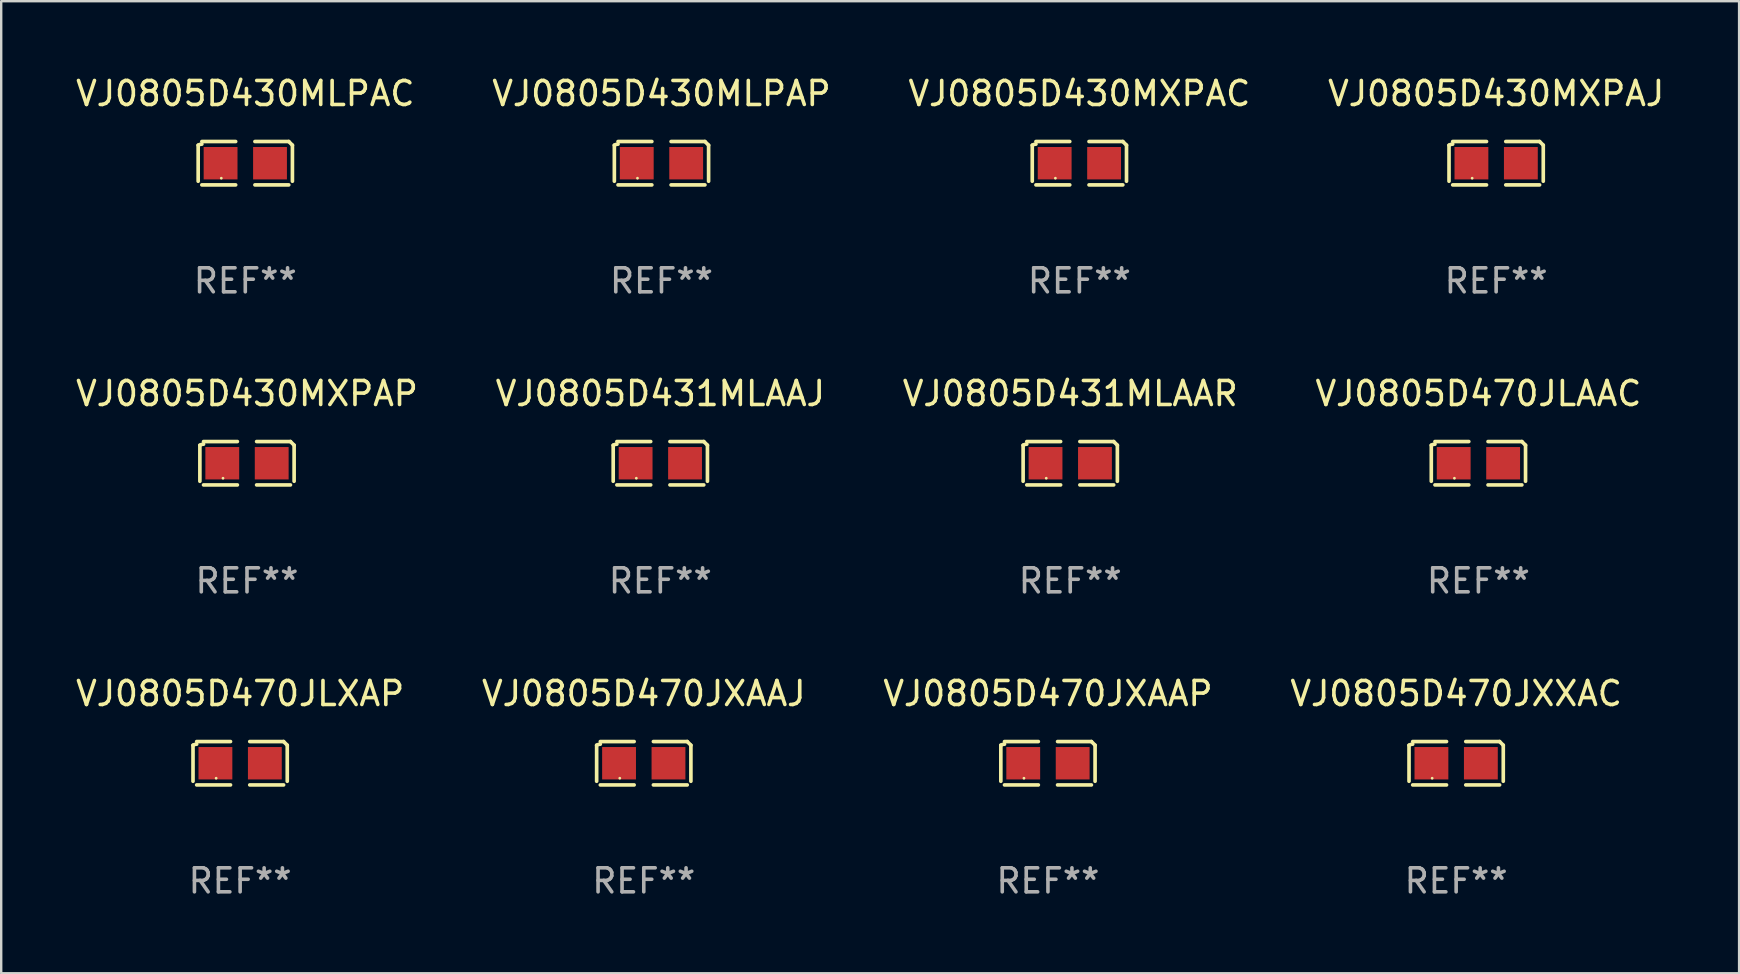
<source format=kicad_pcb>
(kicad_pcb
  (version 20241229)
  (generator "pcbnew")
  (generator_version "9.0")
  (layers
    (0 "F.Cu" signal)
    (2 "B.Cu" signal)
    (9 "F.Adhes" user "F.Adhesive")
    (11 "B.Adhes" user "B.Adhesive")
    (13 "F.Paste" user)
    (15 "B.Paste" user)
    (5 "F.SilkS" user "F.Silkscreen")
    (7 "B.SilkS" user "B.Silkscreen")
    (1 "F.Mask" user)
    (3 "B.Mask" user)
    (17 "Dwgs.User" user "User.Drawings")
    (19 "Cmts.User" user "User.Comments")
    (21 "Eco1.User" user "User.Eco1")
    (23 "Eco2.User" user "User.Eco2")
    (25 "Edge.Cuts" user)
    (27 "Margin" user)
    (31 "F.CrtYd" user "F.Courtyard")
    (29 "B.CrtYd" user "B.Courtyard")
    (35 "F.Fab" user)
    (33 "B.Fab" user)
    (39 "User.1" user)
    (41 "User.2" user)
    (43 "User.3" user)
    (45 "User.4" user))
  (footprint "VJ0805D430MXPAJ"
    (layer "F.Cu")
    (at 59.304 3.752)
    (property "Reference" "VJ0805D430MXPAJ" (at 0 -2.904 0) (layer "F.SilkS") (effects (font (size 1 1) (thickness 0.15))))
    (attr through_hole)
    (fp_line (start -1.964 0.751) (end -1.964 -0.751) (stroke (width 0.152) (type solid)) (layer "F.SilkS"))
    (fp_line (start -1.811 -0.904) (end -0.401 -0.904) (stroke (width 0.152) (type solid)) (layer "F.SilkS"))
    (fp_line (start -0.401 0.904) (end -1.811 0.904) (stroke (width 0.152) (type solid)) (layer "F.SilkS"))
    (fp_line (start 0.401 0.904) (end 1.811 0.904) (stroke (width 0.152) (type solid)) (layer "F.SilkS"))
    (fp_line (start 1.811 -0.904) (end 0.401 -0.904) (stroke (width 0.152) (type solid)) (layer "F.SilkS"))
    (fp_line (start 1.964 0.751) (end 1.964 -0.751) (stroke (width 0.152) (type solid)) (layer "F.SilkS"))
    (fp_arc (start -1.963602 -0.751207) (mid -1.890354 -0.783131) (end -1.811201 -0.794044) (stroke (width 0.1524) (type solid)) (layer "F.SilkS"))
    (fp_arc (start 1.811202 -0.903607) (mid 1.887413 -0.827418) (end 1.963602 -0.751207) (stroke (width 0.1524) (type solid)) (layer "F.SilkS"))
    (fp_circle (center -1 0.625) (end -0.97 0.625) (stroke (width 0.06) (type solid)) (fill no) (layer "F.SilkS"))
    (fp_text user "REF**" (at 0 4.904 0) (layer "F.Fab") (effects (font (size 1 1) (thickness 0.15))))
    (pad "1" smd rect (at -1.03 0) (size 1.41 1.35) (layers "F.Cu" "F.Mask" "F.Paste"))
    (pad "2" smd rect (at 1.03 0) (size 1.41 1.35) (layers "F.Cu" "F.Mask" "F.Paste")))
  (footprint "VJ0805D470JLXAP"
    (layer "F.Cu")
    (at 6.958 28.759)
    (property "Reference" "VJ0805D470JLXAP" (at 0 -2.904 0) (layer "F.SilkS") (effects (font (size 1 1) (thickness 0.15))))
    (attr through_hole)
    (fp_line (start -1.964 0.751) (end -1.964 -0.751) (stroke (width 0.152) (type solid)) (layer "F.SilkS"))
    (fp_line (start -1.811 -0.904) (end -0.401 -0.904) (stroke (width 0.152) (type solid)) (layer "F.SilkS"))
    (fp_line (start -0.401 0.904) (end -1.811 0.904) (stroke (width 0.152) (type solid)) (layer "F.SilkS"))
    (fp_line (start 0.401 0.904) (end 1.811 0.904) (stroke (width 0.152) (type solid)) (layer "F.SilkS"))
    (fp_line (start 1.811 -0.904) (end 0.401 -0.904) (stroke (width 0.152) (type solid)) (layer "F.SilkS"))
    (fp_line (start 1.964 0.751) (end 1.964 -0.751) (stroke (width 0.152) (type solid)) (layer "F.SilkS"))
    (fp_arc (start -1.963602 -0.751207) (mid -1.890354 -0.783131) (end -1.811201 -0.794044) (stroke (width 0.1524) (type solid)) (layer "F.SilkS"))
    (fp_arc (start 1.811202 -0.903607) (mid 1.887413 -0.827418) (end 1.963602 -0.751207) (stroke (width 0.1524) (type solid)) (layer "F.SilkS"))
    (fp_circle (center -1 0.625) (end -0.97 0.625) (stroke (width 0.06) (type solid)) (fill no) (layer "F.SilkS"))
    (fp_text user "REF**" (at 0 4.904 0) (layer "F.Fab") (effects (font (size 1 1) (thickness 0.15))))
    (pad "1" smd rect (at -1.03 0) (size 1.41 1.35) (layers "F.Cu" "F.Mask" "F.Paste"))
    (pad "2" smd rect (at 1.03 0) (size 1.41 1.35) (layers "F.Cu" "F.Mask" "F.Paste")))
  (footprint "VJ0805D430MLPAP"
    (layer "F.Cu")
    (at 24.518 3.752)
    (property "Reference" "VJ0805D430MLPAP" (at 0 -2.904 0) (layer "F.SilkS") (effects (font (size 1 1) (thickness 0.15))))
    (attr through_hole)
    (fp_line (start -1.964 0.751) (end -1.964 -0.751) (stroke (width 0.152) (type solid)) (layer "F.SilkS"))
    (fp_line (start -1.811 -0.904) (end -0.401 -0.904) (stroke (width 0.152) (type solid)) (layer "F.SilkS"))
    (fp_line (start -0.401 0.904) (end -1.811 0.904) (stroke (width 0.152) (type solid)) (layer "F.SilkS"))
    (fp_line (start 0.401 0.904) (end 1.811 0.904) (stroke (width 0.152) (type solid)) (layer "F.SilkS"))
    (fp_line (start 1.811 -0.904) (end 0.401 -0.904) (stroke (width 0.152) (type solid)) (layer "F.SilkS"))
    (fp_line (start 1.964 0.751) (end 1.964 -0.751) (stroke (width 0.152) (type solid)) (layer "F.SilkS"))
    (fp_arc (start -1.963602 -0.751207) (mid -1.890354 -0.783131) (end -1.811201 -0.794044) (stroke (width 0.1524) (type solid)) (layer "F.SilkS"))
    (fp_arc (start 1.811202 -0.903607) (mid 1.887413 -0.827418) (end 1.963602 -0.751207) (stroke (width 0.1524) (type solid)) (layer "F.SilkS"))
    (fp_circle (center -1 0.625) (end -0.97 0.625) (stroke (width 0.06) (type solid)) (fill no) (layer "F.SilkS"))
    (fp_text user "REF**" (at 0 4.904 0) (layer "F.Fab") (effects (font (size 1 1) (thickness 0.15))))
    (pad "1" smd rect (at -1.03 0) (size 1.41 1.35) (layers "F.Cu" "F.Mask" "F.Paste"))
    (pad "2" smd rect (at 1.03 0) (size 1.41 1.35) (layers "F.Cu" "F.Mask" "F.Paste")))
  (footprint "VJ0805D470JXXAC"
    (layer "F.Cu")
    (at 57.637 28.759)
    (property "Reference" "VJ0805D470JXXAC" (at 0 -2.904 0) (layer "F.SilkS") (effects (font (size 1 1) (thickness 0.15))))
    (attr through_hole)
    (fp_line (start -1.964 0.751) (end -1.964 -0.751) (stroke (width 0.152) (type solid)) (layer "F.SilkS"))
    (fp_line (start -1.811 -0.904) (end -0.401 -0.904) (stroke (width 0.152) (type solid)) (layer "F.SilkS"))
    (fp_line (start -0.401 0.904) (end -1.811 0.904) (stroke (width 0.152) (type solid)) (layer "F.SilkS"))
    (fp_line (start 0.401 0.904) (end 1.811 0.904) (stroke (width 0.152) (type solid)) (layer "F.SilkS"))
    (fp_line (start 1.811 -0.904) (end 0.401 -0.904) (stroke (width 0.152) (type solid)) (layer "F.SilkS"))
    (fp_line (start 1.964 0.751) (end 1.964 -0.751) (stroke (width 0.152) (type solid)) (layer "F.SilkS"))
    (fp_arc (start -1.963602 -0.751207) (mid -1.890354 -0.783131) (end -1.811201 -0.794044) (stroke (width 0.1524) (type solid)) (layer "F.SilkS"))
    (fp_arc (start 1.811202 -0.903607) (mid 1.887413 -0.827418) (end 1.963602 -0.751207) (stroke (width 0.1524) (type solid)) (layer "F.SilkS"))
    (fp_circle (center -1 0.625) (end -0.97 0.625) (stroke (width 0.06) (type solid)) (fill no) (layer "F.SilkS"))
    (fp_text user "REF**" (at 0 4.904 0) (layer "F.Fab") (effects (font (size 1 1) (thickness 0.15))))
    (pad "1" smd rect (at -1.03 0) (size 1.41 1.35) (layers "F.Cu" "F.Mask" "F.Paste"))
    (pad "2" smd rect (at 1.03 0) (size 1.41 1.35) (layers "F.Cu" "F.Mask" "F.Paste")))
  (footprint "VJ0805D430MXPAP"
    (layer "F.Cu")
    (at 7.244 16.256)
    (property "Reference" "VJ0805D430MXPAP" (at 0 -2.904 0) (layer "F.SilkS") (effects (font (size 1 1) (thickness 0.15))))
    (attr through_hole)
    (fp_line (start -1.964 0.751) (end -1.964 -0.751) (stroke (width 0.152) (type solid)) (layer "F.SilkS"))
    (fp_line (start -1.811 -0.904) (end -0.401 -0.904) (stroke (width 0.152) (type solid)) (layer "F.SilkS"))
    (fp_line (start -0.401 0.904) (end -1.811 0.904) (stroke (width 0.152) (type solid)) (layer "F.SilkS"))
    (fp_line (start 0.401 0.904) (end 1.811 0.904) (stroke (width 0.152) (type solid)) (layer "F.SilkS"))
    (fp_line (start 1.811 -0.904) (end 0.401 -0.904) (stroke (width 0.152) (type solid)) (layer "F.SilkS"))
    (fp_line (start 1.964 0.751) (end 1.964 -0.751) (stroke (width 0.152) (type solid)) (layer "F.SilkS"))
    (fp_arc (start -1.963602 -0.751207) (mid -1.890354 -0.783131) (end -1.811201 -0.794044) (stroke (width 0.1524) (type solid)) (layer "F.SilkS"))
    (fp_arc (start 1.811202 -0.903607) (mid 1.887413 -0.827418) (end 1.963602 -0.751207) (stroke (width 0.1524) (type solid)) (layer "F.SilkS"))
    (fp_circle (center -1 0.625) (end -0.97 0.625) (stroke (width 0.06) (type solid)) (fill no) (layer "F.SilkS"))
    (fp_text user "REF**" (at 0 4.904 0) (layer "F.Fab") (effects (font (size 1 1) (thickness 0.15))))
    (pad "1" smd rect (at -1.03 0) (size 1.41 1.35) (layers "F.Cu" "F.Mask" "F.Paste"))
    (pad "2" smd rect (at 1.03 0) (size 1.41 1.35) (layers "F.Cu" "F.Mask" "F.Paste")))
  (footprint "VJ0805D430MLPAC"
    (layer "F.Cu")
    (at 7.173 3.752)
    (property "Reference" "VJ0805D430MLPAC" (at 0 -2.904 0) (layer "F.SilkS") (effects (font (size 1 1) (thickness 0.15))))
    (attr through_hole)
    (fp_line (start -1.964 0.751) (end -1.964 -0.751) (stroke (width 0.152) (type solid)) (layer "F.SilkS"))
    (fp_line (start -1.811 -0.904) (end -0.401 -0.904) (stroke (width 0.152) (type solid)) (layer "F.SilkS"))
    (fp_line (start -0.401 0.904) (end -1.811 0.904) (stroke (width 0.152) (type solid)) (layer "F.SilkS"))
    (fp_line (start 0.401 0.904) (end 1.811 0.904) (stroke (width 0.152) (type solid)) (layer "F.SilkS"))
    (fp_line (start 1.811 -0.904) (end 0.401 -0.904) (stroke (width 0.152) (type solid)) (layer "F.SilkS"))
    (fp_line (start 1.964 0.751) (end 1.964 -0.751) (stroke (width 0.152) (type solid)) (layer "F.SilkS"))
    (fp_arc (start -1.963602 -0.751207) (mid -1.890354 -0.783131) (end -1.811201 -0.794044) (stroke (width 0.1524) (type solid)) (layer "F.SilkS"))
    (fp_arc (start 1.811202 -0.903607) (mid 1.887413 -0.827418) (end 1.963602 -0.751207) (stroke (width 0.1524) (type solid)) (layer "F.SilkS"))
    (fp_circle (center -1 0.625) (end -0.97 0.625) (stroke (width 0.06) (type solid)) (fill no) (layer "F.SilkS"))
    (fp_text user "REF**" (at 0 4.904 0) (layer "F.Fab") (effects (font (size 1 1) (thickness 0.15))))
    (pad "1" smd rect (at -1.03 0) (size 1.41 1.35) (layers "F.Cu" "F.Mask" "F.Paste"))
    (pad "2" smd rect (at 1.03 0) (size 1.41 1.35) (layers "F.Cu" "F.Mask" "F.Paste")))
  (footprint "VJ0805D431MLAAJ"
    (layer "F.Cu")
    (at 24.47 16.256)
    (property "Reference" "VJ0805D431MLAAJ" (at 0 -2.904 0) (layer "F.SilkS") (effects (font (size 1 1) (thickness 0.15))))
    (attr through_hole)
    (fp_line (start -1.964 0.751) (end -1.964 -0.751) (stroke (width 0.152) (type solid)) (layer "F.SilkS"))
    (fp_line (start -1.811 -0.904) (end -0.401 -0.904) (stroke (width 0.152) (type solid)) (layer "F.SilkS"))
    (fp_line (start -0.401 0.904) (end -1.811 0.904) (stroke (width 0.152) (type solid)) (layer "F.SilkS"))
    (fp_line (start 0.401 0.904) (end 1.811 0.904) (stroke (width 0.152) (type solid)) (layer "F.SilkS"))
    (fp_line (start 1.811 -0.904) (end 0.401 -0.904) (stroke (width 0.152) (type solid)) (layer "F.SilkS"))
    (fp_line (start 1.964 0.751) (end 1.964 -0.751) (stroke (width 0.152) (type solid)) (layer "F.SilkS"))
    (fp_arc (start -1.963602 -0.751207) (mid -1.890354 -0.783131) (end -1.811201 -0.794044) (stroke (width 0.1524) (type solid)) (layer "F.SilkS"))
    (fp_arc (start 1.811202 -0.903607) (mid 1.887413 -0.827418) (end 1.963602 -0.751207) (stroke (width 0.1524) (type solid)) (layer "F.SilkS"))
    (fp_circle (center -1 0.625) (end -0.97 0.625) (stroke (width 0.06) (type solid)) (fill no) (layer "F.SilkS"))
    (fp_text user "REF**" (at 0 4.904 0) (layer "F.Fab") (effects (font (size 1 1) (thickness 0.15))))
    (pad "1" smd rect (at -1.03 0) (size 1.41 1.35) (layers "F.Cu" "F.Mask" "F.Paste"))
    (pad "2" smd rect (at 1.03 0) (size 1.41 1.35) (layers "F.Cu" "F.Mask" "F.Paste")))
  (footprint "VJ0805D430MXPAC"
    (layer "F.Cu")
    (at 41.935 3.752)
    (property "Reference" "VJ0805D430MXPAC" (at 0 -2.904 0) (layer "F.SilkS") (effects (font (size 1 1) (thickness 0.15))))
    (attr through_hole)
    (fp_line (start -1.964 0.751) (end -1.964 -0.751) (stroke (width 0.152) (type solid)) (layer "F.SilkS"))
    (fp_line (start -1.811 -0.904) (end -0.401 -0.904) (stroke (width 0.152) (type solid)) (layer "F.SilkS"))
    (fp_line (start -0.401 0.904) (end -1.811 0.904) (stroke (width 0.152) (type solid)) (layer "F.SilkS"))
    (fp_line (start 0.401 0.904) (end 1.811 0.904) (stroke (width 0.152) (type solid)) (layer "F.SilkS"))
    (fp_line (start 1.811 -0.904) (end 0.401 -0.904) (stroke (width 0.152) (type solid)) (layer "F.SilkS"))
    (fp_line (start 1.964 0.751) (end 1.964 -0.751) (stroke (width 0.152) (type solid)) (layer "F.SilkS"))
    (fp_arc (start -1.963602 -0.751207) (mid -1.890354 -0.783131) (end -1.811201 -0.794044) (stroke (width 0.1524) (type solid)) (layer "F.SilkS"))
    (fp_arc (start 1.811202 -0.903607) (mid 1.887413 -0.827418) (end 1.963602 -0.751207) (stroke (width 0.1524) (type solid)) (layer "F.SilkS"))
    (fp_circle (center -1 0.625) (end -0.97 0.625) (stroke (width 0.06) (type solid)) (fill no) (layer "F.SilkS"))
    (fp_text user "REF**" (at 0 4.904 0) (layer "F.Fab") (effects (font (size 1 1) (thickness 0.15))))
    (pad "1" smd rect (at -1.03 0) (size 1.41 1.35) (layers "F.Cu" "F.Mask" "F.Paste"))
    (pad "2" smd rect (at 1.03 0) (size 1.41 1.35) (layers "F.Cu" "F.Mask" "F.Paste")))
  (footprint "VJ0805D470JXAAP"
    (layer "F.Cu")
    (at 40.625 28.759)
    (property "Reference" "VJ0805D470JXAAP" (at 0 -2.904 0) (layer "F.SilkS") (effects (font (size 1 1) (thickness 0.15))))
    (attr through_hole)
    (fp_line (start -1.964 0.751) (end -1.964 -0.751) (stroke (width 0.152) (type solid)) (layer "F.SilkS"))
    (fp_line (start -1.811 -0.904) (end -0.401 -0.904) (stroke (width 0.152) (type solid)) (layer "F.SilkS"))
    (fp_line (start -0.401 0.904) (end -1.811 0.904) (stroke (width 0.152) (type solid)) (layer "F.SilkS"))
    (fp_line (start 0.401 0.904) (end 1.811 0.904) (stroke (width 0.152) (type solid)) (layer "F.SilkS"))
    (fp_line (start 1.811 -0.904) (end 0.401 -0.904) (stroke (width 0.152) (type solid)) (layer "F.SilkS"))
    (fp_line (start 1.964 0.751) (end 1.964 -0.751) (stroke (width 0.152) (type solid)) (layer "F.SilkS"))
    (fp_arc (start -1.963602 -0.751207) (mid -1.890354 -0.783131) (end -1.811201 -0.794044) (stroke (width 0.1524) (type solid)) (layer "F.SilkS"))
    (fp_arc (start 1.811202 -0.903607) (mid 1.887413 -0.827418) (end 1.963602 -0.751207) (stroke (width 0.1524) (type solid)) (layer "F.SilkS"))
    (fp_circle (center -1 0.625) (end -0.97 0.625) (stroke (width 0.06) (type solid)) (fill no) (layer "F.SilkS"))
    (fp_text user "REF**" (at 0 4.904 0) (layer "F.Fab") (effects (font (size 1 1) (thickness 0.15))))
    (pad "1" smd rect (at -1.03 0) (size 1.41 1.35) (layers "F.Cu" "F.Mask" "F.Paste"))
    (pad "2" smd rect (at 1.03 0) (size 1.41 1.35) (layers "F.Cu" "F.Mask" "F.Paste")))
  (footprint "VJ0805D470JXAAJ"
    (layer "F.Cu")
    (at 23.78 28.759)
    (property "Reference" "VJ0805D470JXAAJ" (at 0 -2.904 0) (layer "F.SilkS") (effects (font (size 1 1) (thickness 0.15))))
    (attr through_hole)
    (fp_line (start -1.964 0.751) (end -1.964 -0.751) (stroke (width 0.152) (type solid)) (layer "F.SilkS"))
    (fp_line (start -1.811 -0.904) (end -0.401 -0.904) (stroke (width 0.152) (type solid)) (layer "F.SilkS"))
    (fp_line (start -0.401 0.904) (end -1.811 0.904) (stroke (width 0.152) (type solid)) (layer "F.SilkS"))
    (fp_line (start 0.401 0.904) (end 1.811 0.904) (stroke (width 0.152) (type solid)) (layer "F.SilkS"))
    (fp_line (start 1.811 -0.904) (end 0.401 -0.904) (stroke (width 0.152) (type solid)) (layer "F.SilkS"))
    (fp_line (start 1.964 0.751) (end 1.964 -0.751) (stroke (width 0.152) (type solid)) (layer "F.SilkS"))
    (fp_arc (start -1.963602 -0.751207) (mid -1.890354 -0.783131) (end -1.811201 -0.794044) (stroke (width 0.1524) (type solid)) (layer "F.SilkS"))
    (fp_arc (start 1.811202 -0.903607) (mid 1.887413 -0.827418) (end 1.963602 -0.751207) (stroke (width 0.1524) (type solid)) (layer "F.SilkS"))
    (fp_circle (center -1 0.625) (end -0.97 0.625) (stroke (width 0.06) (type solid)) (fill no) (layer "F.SilkS"))
    (fp_text user "REF**" (at 0 4.904 0) (layer "F.Fab") (effects (font (size 1 1) (thickness 0.15))))
    (pad "1" smd rect (at -1.03 0) (size 1.41 1.35) (layers "F.Cu" "F.Mask" "F.Paste"))
    (pad "2" smd rect (at 1.03 0) (size 1.41 1.35) (layers "F.Cu" "F.Mask" "F.Paste")))
  (footprint "VJ0805D470JLAAC"
    (layer "F.Cu")
    (at 58.565 16.256)
    (property "Reference" "VJ0805D470JLAAC" (at 0 -2.904 0) (layer "F.SilkS") (effects (font (size 1 1) (thickness 0.15))))
    (attr through_hole)
    (fp_line (start -1.964 0.751) (end -1.964 -0.751) (stroke (width 0.152) (type solid)) (layer "F.SilkS"))
    (fp_line (start -1.811 -0.904) (end -0.401 -0.904) (stroke (width 0.152) (type solid)) (layer "F.SilkS"))
    (fp_line (start -0.401 0.904) (end -1.811 0.904) (stroke (width 0.152) (type solid)) (layer "F.SilkS"))
    (fp_line (start 0.401 0.904) (end 1.811 0.904) (stroke (width 0.152) (type solid)) (layer "F.SilkS"))
    (fp_line (start 1.811 -0.904) (end 0.401 -0.904) (stroke (width 0.152) (type solid)) (layer "F.SilkS"))
    (fp_line (start 1.964 0.751) (end 1.964 -0.751) (stroke (width 0.152) (type solid)) (layer "F.SilkS"))
    (fp_arc (start -1.963602 -0.751207) (mid -1.890354 -0.783131) (end -1.811201 -0.794044) (stroke (width 0.1524) (type solid)) (layer "F.SilkS"))
    (fp_arc (start 1.811202 -0.903607) (mid 1.887413 -0.827418) (end 1.963602 -0.751207) (stroke (width 0.1524) (type solid)) (layer "F.SilkS"))
    (fp_circle (center -1 0.625) (end -0.97 0.625) (stroke (width 0.06) (type solid)) (fill no) (layer "F.SilkS"))
    (fp_text user "REF**" (at 0 4.904 0) (layer "F.Fab") (effects (font (size 1 1) (thickness 0.15))))
    (pad "1" smd rect (at -1.03 0) (size 1.41 1.35) (layers "F.Cu" "F.Mask" "F.Paste"))
    (pad "2" smd rect (at 1.03 0) (size 1.41 1.35) (layers "F.Cu" "F.Mask" "F.Paste")))
  (footprint "VJ0805D431MLAAR"
    (layer "F.Cu")
    (at 41.554 16.256)
    (property "Reference" "VJ0805D431MLAAR" (at 0 -2.904 0) (layer "F.SilkS") (effects (font (size 1 1) (thickness 0.15))))
    (attr through_hole)
    (fp_line (start -1.964 0.751) (end -1.964 -0.751) (stroke (width 0.152) (type solid)) (layer "F.SilkS"))
    (fp_line (start -1.811 -0.904) (end -0.401 -0.904) (stroke (width 0.152) (type solid)) (layer "F.SilkS"))
    (fp_line (start -0.401 0.904) (end -1.811 0.904) (stroke (width 0.152) (type solid)) (layer "F.SilkS"))
    (fp_line (start 0.401 0.904) (end 1.811 0.904) (stroke (width 0.152) (type solid)) (layer "F.SilkS"))
    (fp_line (start 1.811 -0.904) (end 0.401 -0.904) (stroke (width 0.152) (type solid)) (layer "F.SilkS"))
    (fp_line (start 1.964 0.751) (end 1.964 -0.751) (stroke (width 0.152) (type solid)) (layer "F.SilkS"))
    (fp_arc (start -1.963602 -0.751207) (mid -1.890354 -0.783131) (end -1.811201 -0.794044) (stroke (width 0.1524) (type solid)) (layer "F.SilkS"))
    (fp_arc (start 1.811202 -0.903607) (mid 1.887413 -0.827418) (end 1.963602 -0.751207) (stroke (width 0.1524) (type solid)) (layer "F.SilkS"))
    (fp_circle (center -1 0.625) (end -0.97 0.625) (stroke (width 0.06) (type solid)) (fill no) (layer "F.SilkS"))
    (fp_text user "REF**" (at 0 4.904 0) (layer "F.Fab") (effects (font (size 1 1) (thickness 0.15))))
    (pad "1" smd rect (at -1.03 0) (size 1.41 1.35) (layers "F.Cu" "F.Mask" "F.Paste"))
    (pad "2" smd rect (at 1.03 0) (size 1.41 1.35) (layers "F.Cu" "F.Mask" "F.Paste")))
  (gr_rect
    (start -3 -3)
    (end 69.429 37.511)
    (stroke (width 0.1) (type default))
    (fill no)
    (layer "Edge.Cuts")))
</source>
